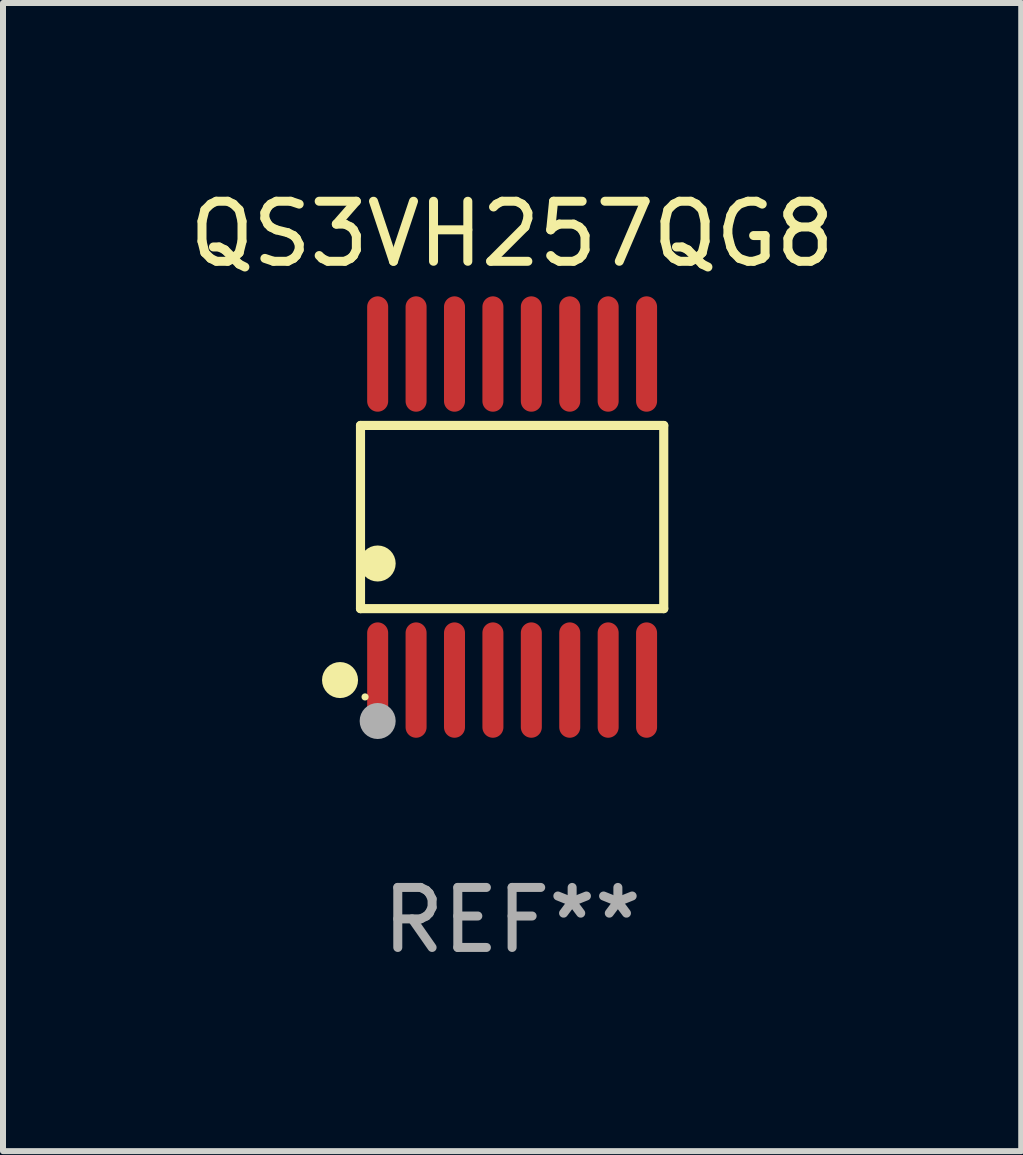
<source format=kicad_pcb>
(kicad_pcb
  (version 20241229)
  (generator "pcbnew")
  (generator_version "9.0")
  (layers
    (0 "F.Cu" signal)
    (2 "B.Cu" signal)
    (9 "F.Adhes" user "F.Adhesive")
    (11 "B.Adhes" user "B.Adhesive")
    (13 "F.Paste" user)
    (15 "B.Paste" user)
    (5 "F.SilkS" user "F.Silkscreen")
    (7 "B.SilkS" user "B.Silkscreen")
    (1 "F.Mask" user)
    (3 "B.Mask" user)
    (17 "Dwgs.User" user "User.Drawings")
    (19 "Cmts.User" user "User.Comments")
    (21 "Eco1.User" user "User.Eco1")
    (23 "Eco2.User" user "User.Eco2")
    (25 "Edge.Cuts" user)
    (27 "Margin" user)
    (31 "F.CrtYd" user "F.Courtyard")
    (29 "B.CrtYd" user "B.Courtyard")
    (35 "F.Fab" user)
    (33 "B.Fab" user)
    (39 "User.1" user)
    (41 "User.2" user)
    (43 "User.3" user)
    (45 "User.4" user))
  (footprint "QS3VH257QG8"
    (layer "F.Cu")
    (at 5.482 5.564)
    (property "Reference" "QS3VH257QG8" (at 0 -4.716 0) (layer "F.SilkS") (effects (font (size 1 1) (thickness 0.15))))
    (attr through_hole)
    (fp_line (start -2.526 -1.526) (end 2.526 -1.526) (stroke (width 0.152) (type solid)) (layer "F.SilkS"))
    (fp_line (start -2.526 1.526) (end -2.526 -1.526) (stroke (width 0.152) (type solid)) (layer "F.SilkS"))
    (fp_line (start 2.526 -1.526) (end 2.526 1.526) (stroke (width 0.152) (type solid)) (layer "F.SilkS"))
    (fp_line (start 2.526 1.526) (end -2.526 1.526) (stroke (width 0.152) (type solid)) (layer "F.SilkS"))
    (fp_circle (center -2.867 2.716) (end -2.717 2.716) (stroke (width 0.3) (type solid)) (fill no) (layer "F.SilkS"))
    (fp_circle (center -2.45 2.997) (end -2.42 2.997) (stroke (width 0.06) (type solid)) (fill no) (layer "F.SilkS"))
    (fp_circle (center -2.24 0.774) (end -2.09 0.774) (stroke (width 0.3) (type solid)) (fill no) (layer "F.SilkS"))
    (fp_circle (center -2.24 3.398) (end -2.09 3.398) (stroke (width 0.3) (type solid)) (fill no) (layer "F.Fab"))
    (fp_text user "REF**" (at 0 6.716 0) (layer "F.Fab") (effects (font (size 1 1) (thickness 0.15))))
    (pad "1" smd oval (at -2.24 2.716) (size 0.35 1.922) (layers "F.Cu" "F.Mask" "F.Paste"))
    (pad "2" smd oval (at -1.6 2.716) (size 0.35 1.922) (layers "F.Cu" "F.Mask" "F.Paste"))
    (pad "3" smd oval (at -0.96 2.716) (size 0.35 1.922) (layers "F.Cu" "F.Mask" "F.Paste"))
    (pad "4" smd oval (at -0.32 2.716) (size 0.35 1.922) (layers "F.Cu" "F.Mask" "F.Paste"))
    (pad "5" smd oval (at 0.32 2.716) (size 0.35 1.922) (layers "F.Cu" "F.Mask" "F.Paste"))
    (pad "6" smd oval (at 0.96 2.716) (size 0.35 1.922) (layers "F.Cu" "F.Mask" "F.Paste"))
    (pad "7" smd oval (at 1.6 2.716) (size 0.35 1.922) (layers "F.Cu" "F.Mask" "F.Paste"))
    (pad "8" smd oval (at 2.24 2.716) (size 0.35 1.922) (layers "F.Cu" "F.Mask" "F.Paste"))
    (pad "9" smd oval (at 2.24 -2.716) (size 0.35 1.922) (layers "F.Cu" "F.Mask" "F.Paste"))
    (pad "10" smd oval (at 1.6 -2.716) (size 0.35 1.922) (layers "F.Cu" "F.Mask" "F.Paste"))
    (pad "11" smd oval (at 0.96 -2.716) (size 0.35 1.922) (layers "F.Cu" "F.Mask" "F.Paste"))
    (pad "12" smd oval (at 0.32 -2.716) (size 0.35 1.922) (layers "F.Cu" "F.Mask" "F.Paste"))
    (pad "13" smd oval (at -0.32 -2.716) (size 0.35 1.922) (layers "F.Cu" "F.Mask" "F.Paste"))
    (pad "14" smd oval (at -0.96 -2.716) (size 0.35 1.922) (layers "F.Cu" "F.Mask" "F.Paste"))
    (pad "15" smd oval (at -1.6 -2.716) (size 0.35 1.922) (layers "F.Cu" "F.Mask" "F.Paste"))
    (pad "16" smd oval (at -2.24 -2.716) (size 0.35 1.922) (layers "F.Cu" "F.Mask" "F.Paste")))
  (gr_rect
    (start -3 -3)
    (end 13.964 16.128)
    (stroke (width 0.1) (type default))
    (fill no)
    (layer "Edge.Cuts")))
</source>
